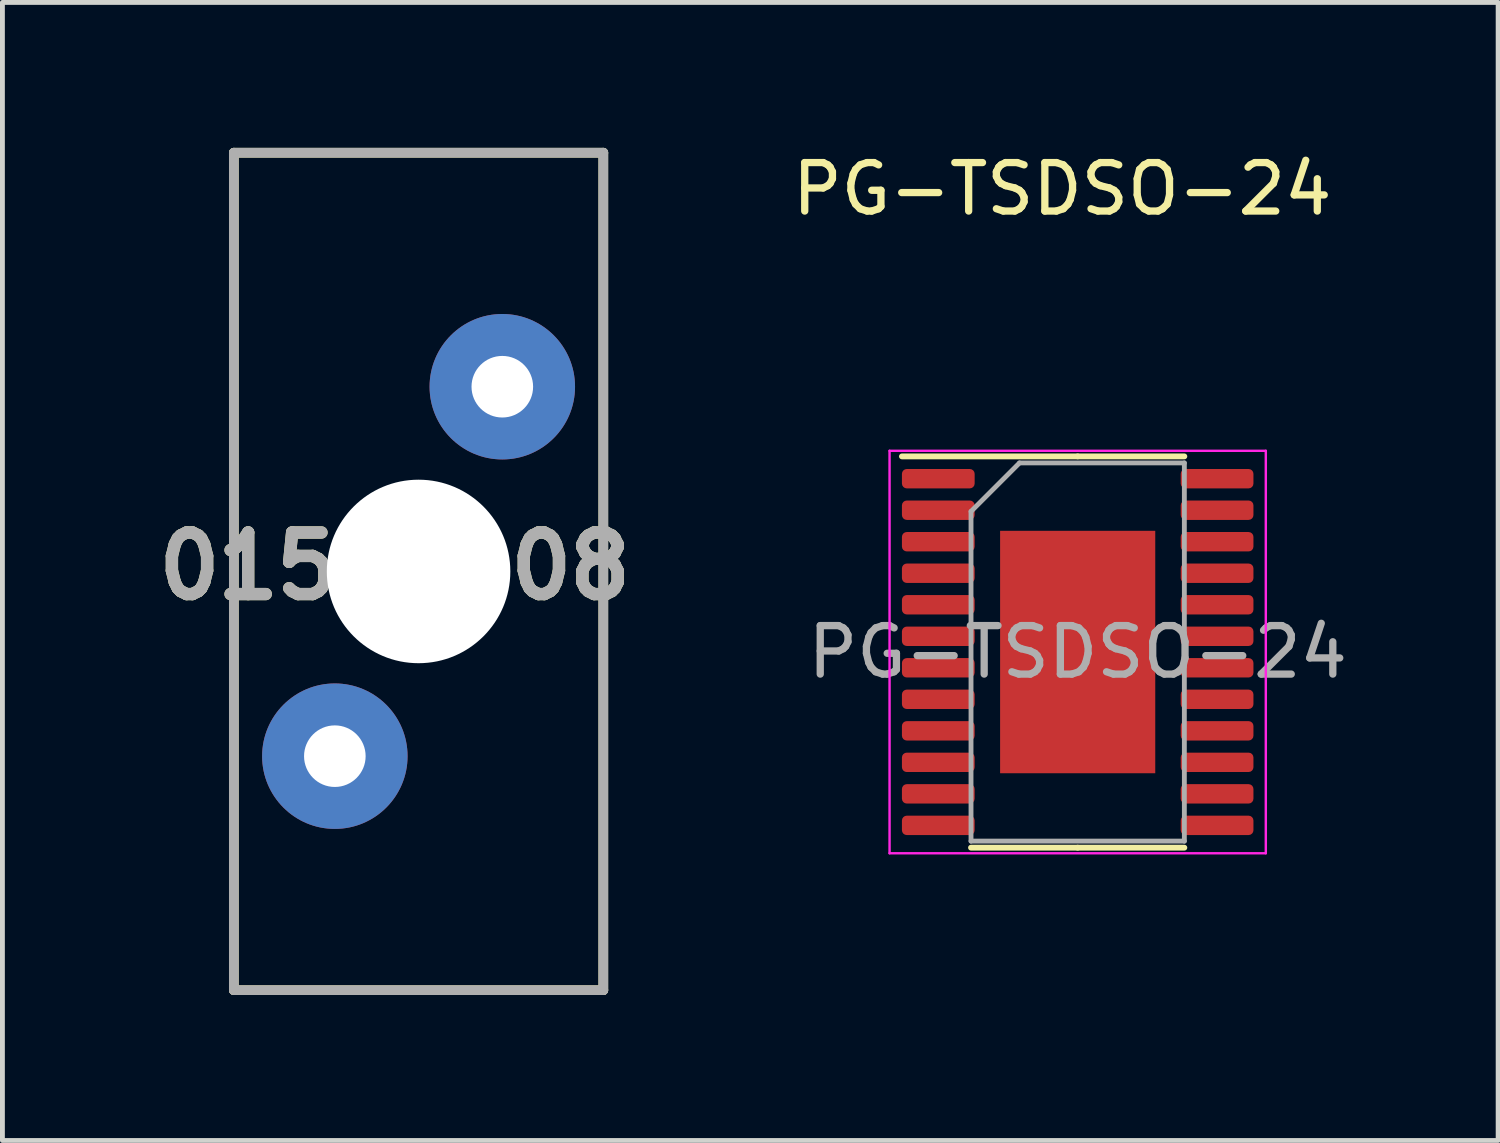
<source format=kicad_pcb>
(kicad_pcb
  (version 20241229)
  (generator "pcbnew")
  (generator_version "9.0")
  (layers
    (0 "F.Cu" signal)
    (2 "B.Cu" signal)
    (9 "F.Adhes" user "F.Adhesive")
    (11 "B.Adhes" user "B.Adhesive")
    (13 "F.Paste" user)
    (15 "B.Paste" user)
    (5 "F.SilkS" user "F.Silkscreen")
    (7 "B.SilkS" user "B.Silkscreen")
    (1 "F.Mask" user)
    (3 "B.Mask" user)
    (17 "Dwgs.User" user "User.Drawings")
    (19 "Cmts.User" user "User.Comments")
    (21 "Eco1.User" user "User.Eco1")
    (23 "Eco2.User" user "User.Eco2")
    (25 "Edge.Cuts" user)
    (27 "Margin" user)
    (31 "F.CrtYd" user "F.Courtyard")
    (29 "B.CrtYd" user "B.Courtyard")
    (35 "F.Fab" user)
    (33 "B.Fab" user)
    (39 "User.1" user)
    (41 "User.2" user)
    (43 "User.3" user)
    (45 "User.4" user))
  (footprint "PG-TSDSO-24"
    (layer "F.Cu")
    (at 19.257 10.348)
    (property "Reference" "PG-TSDSO-24" (at -0.4 -9.5 0) (unlocked yes) (layer "F.SilkS") (effects (font (size 1 1) (thickness 0.15))))
    (attr smd)
    (fp_line (start -0.08 -3.985) (end -3.705 -3.985) (stroke (width 0.12) (type solid)) (layer "F.SilkS"))
    (fp_line (start -0.08 -3.985) (end 2.12 -3.985) (stroke (width 0.12) (type solid)) (layer "F.SilkS"))
    (fp_line (start -0.08 4.085) (end -2.28 4.085) (stroke (width 0.12) (type solid)) (layer "F.SilkS"))
    (fp_line (start -0.08 4.085) (end 2.12 4.085) (stroke (width 0.12) (type solid)) (layer "F.SilkS"))
    (fp_line (start -3.96 -4.1) (end -3.96 4.2) (stroke (width 0.05) (type solid)) (layer "F.CrtYd"))
    (fp_line (start -3.96 4.2) (end 3.8 4.2) (stroke (width 0.05) (type solid)) (layer "F.CrtYd"))
    (fp_line (start 3.8 -4.1) (end -3.96 -4.1) (stroke (width 0.05) (type solid)) (layer "F.CrtYd"))
    (fp_line (start 3.8 4.2) (end 3.8 -4.1) (stroke (width 0.05) (type solid)) (layer "F.CrtYd"))
    (fp_line (start -2.28 -2.85) (end -1.28 -3.85) (stroke (width 0.1) (type solid)) (layer "F.Fab"))
    (fp_line (start -2.28 3.95) (end -2.28 -2.85) (stroke (width 0.1) (type solid)) (layer "F.Fab"))
    (fp_line (start -1.28 -3.85) (end 2.12 -3.85) (stroke (width 0.1) (type solid)) (layer "F.Fab"))
    (fp_line (start 2.12 -3.85) (end 2.12 3.95) (stroke (width 0.1) (type solid)) (layer "F.Fab"))
    (fp_line (start 2.12 3.95) (end -2.28 3.95) (stroke (width 0.1) (type solid)) (layer "F.Fab"))
    (fp_text user "${REFERENCE}" (at -0.08 0.05 0) (layer "F.Fab") (effects (font (size 1 1) (thickness 0.15))))
    (pad "" smd roundrect (at -0.88 -1.62) (size 1.29 1.34) (layers "F.Paste") (roundrect_rratio 0.194))
    (pad "" smd roundrect (at -0.88 0.05) (size 1.29 1.34) (layers "F.Paste") (roundrect_rratio 0.194))
    (pad "" smd roundrect (at -0.88 1.72) (size 1.29 1.34) (layers "F.Paste") (roundrect_rratio 0.194))
    (pad "" smd roundrect (at 0.72 -1.62) (size 1.29 1.34) (layers "F.Paste") (roundrect_rratio 0.194))
    (pad "" smd roundrect (at 0.72 0.05) (size 1.29 1.34) (layers "F.Paste") (roundrect_rratio 0.194))
    (pad "" smd roundrect (at 0.72 1.72) (size 1.29 1.34) (layers "F.Paste") (roundrect_rratio 0.194))
    (pad "1" smd roundrect (at -2.955 -3.525) (size 1.5 0.4) (layers "F.Cu" "F.Mask" "F.Paste") (roundrect_rratio 0.25))
    (pad "2" smd roundrect (at -2.955 -2.875) (size 1.5 0.4) (layers "F.Cu" "F.Mask" "F.Paste") (roundrect_rratio 0.25))
    (pad "3" smd roundrect (at -2.955 -2.225) (size 1.5 0.4) (layers "F.Cu" "F.Mask" "F.Paste") (roundrect_rratio 0.25))
    (pad "4" smd roundrect (at -2.955 -1.575) (size 1.5 0.4) (layers "F.Cu" "F.Mask" "F.Paste") (roundrect_rratio 0.25))
    (pad "5" smd roundrect (at -2.955 -0.925) (size 1.5 0.4) (layers "F.Cu" "F.Mask" "F.Paste") (roundrect_rratio 0.25))
    (pad "6" smd roundrect (at -2.955 -0.275) (size 1.5 0.4) (layers "F.Cu" "F.Mask" "F.Paste") (roundrect_rratio 0.25))
    (pad "7" smd roundrect (at -2.955 0.375) (size 1.5 0.4) (layers "F.Cu" "F.Mask" "F.Paste") (roundrect_rratio 0.25))
    (pad "8" smd roundrect (at -2.955 1.025) (size 1.5 0.4) (layers "F.Cu" "F.Mask" "F.Paste") (roundrect_rratio 0.25))
    (pad "9" smd roundrect (at -2.955 1.675) (size 1.5 0.4) (layers "F.Cu" "F.Mask" "F.Paste") (roundrect_rratio 0.25))
    (pad "10" smd roundrect (at -2.955 2.325) (size 1.5 0.4) (layers "F.Cu" "F.Mask" "F.Paste") (roundrect_rratio 0.25))
    (pad "11" smd roundrect (at -2.955 2.975) (size 1.5 0.4) (layers "F.Cu" "F.Mask" "F.Paste") (roundrect_rratio 0.25))
    (pad "12" smd roundrect (at -2.955 3.625) (size 1.5 0.4) (layers "F.Cu" "F.Mask" "F.Paste") (roundrect_rratio 0.25))
    (pad "13" smd roundrect (at 2.795 -3.525) (size 1.5 0.4) (layers "F.Cu" "F.Mask" "F.Paste") (roundrect_rratio 0.25))
    (pad "13" smd roundrect (at 2.795 -2.875) (size 1.5 0.4) (layers "F.Cu" "F.Mask" "F.Paste") (roundrect_rratio 0.25))
    (pad "13" smd roundrect (at 2.795 -2.225) (size 1.5 0.4) (layers "F.Cu" "F.Mask" "F.Paste") (roundrect_rratio 0.25))
    (pad "13" smd roundrect (at 2.795 -1.575) (size 1.5 0.4) (layers "F.Cu" "F.Mask" "F.Paste") (roundrect_rratio 0.25))
    (pad "13" smd roundrect (at 2.795 -0.925) (size 1.5 0.4) (layers "F.Cu" "F.Mask" "F.Paste") (roundrect_rratio 0.25))
    (pad "13" smd roundrect (at 2.795 -0.275) (size 1.5 0.4) (layers "F.Cu" "F.Mask" "F.Paste") (roundrect_rratio 0.25))
    (pad "13" smd roundrect (at 2.795 0.375) (size 1.5 0.4) (layers "F.Cu" "F.Mask" "F.Paste") (roundrect_rratio 0.25))
    (pad "13" smd roundrect (at 2.795 1.025) (size 1.5 0.4) (layers "F.Cu" "F.Mask" "F.Paste") (roundrect_rratio 0.25))
    (pad "13" smd roundrect (at 2.795 1.675) (size 1.5 0.4) (layers "F.Cu" "F.Mask" "F.Paste") (roundrect_rratio 0.25))
    (pad "13" smd roundrect (at 2.795 2.325) (size 1.5 0.4) (layers "F.Cu" "F.Mask" "F.Paste") (roundrect_rratio 0.25))
    (pad "13" smd roundrect (at 2.795 2.975) (size 1.5 0.4) (layers "F.Cu" "F.Mask" "F.Paste") (roundrect_rratio 0.25))
    (pad "13" smd roundrect (at 2.795 3.625) (size 1.5 0.4) (layers "F.Cu" "F.Mask" "F.Paste") (roundrect_rratio 0.25))
    (pad "EP" smd rect (at -0.08 0.05) (size 3.2 5) (layers "F.Cu" "F.Mask")))
  (footprint "01530008"
    (layer "F.Cu")
    (at 5.583 8.736)
    (property "Reference" "01530008" (at -0.491 -0.108 0) (layer "F.SilkS") (effects (font (size 1.27 1.27) (thickness 0.254))))
    (attr through_hole)
    (fp_line (start -3.81 -8.636) (end -3.81 8.636) (stroke (width 0.2) (type solid)) (layer "F.SilkS"))
    (fp_line (start -3.81 8.636) (end 3.81 8.636) (stroke (width 0.2) (type solid)) (layer "F.SilkS"))
    (fp_line (start 3.81 -8.636) (end -3.81 -8.636) (stroke (width 0.2) (type solid)) (layer "F.SilkS"))
    (fp_line (start 3.81 8.636) (end 3.81 -8.636) (stroke (width 0.2) (type solid)) (layer "F.SilkS"))
    (fp_line (start -3.81 -8.636) (end 3.81 -8.636) (stroke (width 0.2) (type solid)) (layer "F.Fab"))
    (fp_line (start -3.81 8.636) (end -3.81 -8.636) (stroke (width 0.2) (type solid)) (layer "F.Fab"))
    (fp_line (start 3.81 -8.636) (end 3.81 8.636) (stroke (width 0.2) (type solid)) (layer "F.Fab"))
    (fp_line (start 3.81 8.636) (end -3.81 8.636) (stroke (width 0.2) (type solid)) (layer "F.Fab"))
    (fp_text user "${REFERENCE}" (at -0.491 -0.108 0) (layer "F.Fab") (effects (font (size 1.27 1.27) (thickness 0.254))))
    (pad "" np_thru_hole circle (at 0 0) (size 3.785 3.785) (drill 3.785) (layers "*.Cu" "*.Mask"))
    (pad "1" thru_hole circle (at 1.727 -3.81) (size 3 3) (drill 1.27) (layers "*.Cu" "*.Mask"))
    (pad "2" thru_hole circle (at -1.727 3.81) (size 3 3) (drill 1.27) (layers "*.Cu" "*.Mask")))
  (gr_rect
    (start -3 -3)
    (end 27.849 20.472)
    (stroke (width 0.1) (type default))
    (fill no)
    (layer "Edge.Cuts")))
</source>
